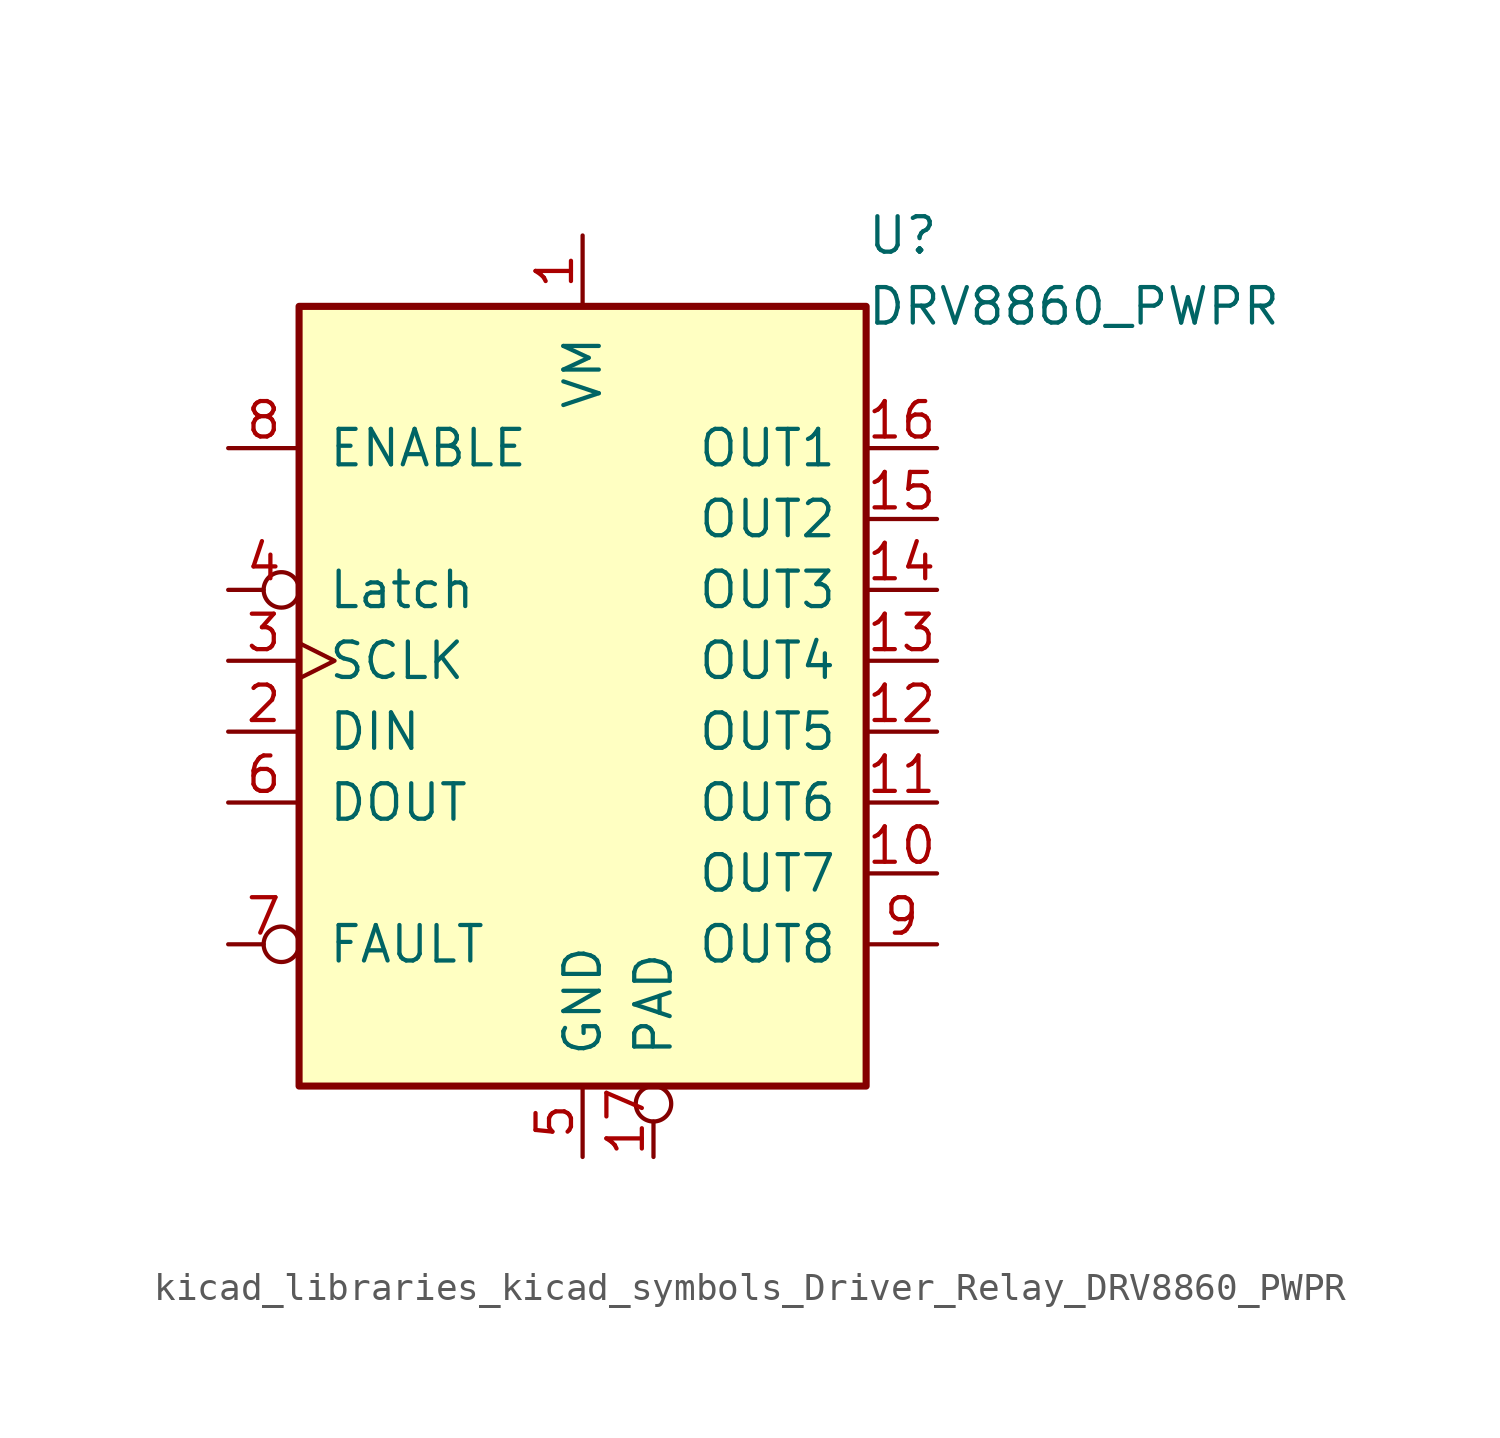
<source format=kicad_sym>
(kicad_symbol_lib
  (version 20220914)
  (generator kicad_symbol_editor)
  (symbol "kicad_libraries_kicad_symbols_Driver_Relay_DRV8860_PWPR"
    (pin_names
      (offset 1.016))
    (property "Reference" "U"
      (at 10.16 17.78 0)
      (effects (font (size 1.27 1.27)) (justify left)))
    (property "Value" "DRV8860_PWPR"
      (at 10.16 15.24 0)
      (effects (font (size 1.27 1.27)) (justify left)))
    (symbol "kicad_libraries_kicad_symbols_Driver_Relay_DRV8860_PWPR_0_1"
      (rectangle (start -10.16 15.24) (end 10.16 -12.7) (stroke (width 0.254) (type default)) (fill (type background))))
    (symbol "kicad_libraries_kicad_symbols_Driver_Relay_DRV8860_PWPR_1_1"
      (pin power_in line (at 0 17.78 270) (length 2.54) (name "VM" (effects (font (size 1.27 1.27)))) (number "1" (effects (font (size 1.27 1.27)))))
      (pin output line (at 12.7 -5.08 180) (length 2.54) (name "OUT7" (effects (font (size 1.27 1.27)))) (number "10" (effects (font (size 1.27 1.27)))))
      (pin output line (at 12.7 -2.54 180) (length 2.54) (name "OUT6" (effects (font (size 1.27 1.27)))) (number "11" (effects (font (size 1.27 1.27)))))
      (pin output line (at 12.7 0 180) (length 2.54) (name "OUT5" (effects (font (size 1.27 1.27)))) (number "12" (effects (font (size 1.27 1.27)))))
      (pin output line (at 12.7 2.54 180) (length 2.54) (name "OUT4" (effects (font (size 1.27 1.27)))) (number "13" (effects (font (size 1.27 1.27)))))
      (pin output line (at 12.7 5.08 180) (length 2.54) (name "OUT3" (effects (font (size 1.27 1.27)))) (number "14" (effects (font (size 1.27 1.27)))))
      (pin output line (at 12.7 7.62 180) (length 2.54) (name "OUT2" (effects (font (size 1.27 1.27)))) (number "15" (effects (font (size 1.27 1.27)))))
      (pin output line (at 12.7 10.16 180) (length 2.54) (name "OUT1" (effects (font (size 1.27 1.27)))) (number "16" (effects (font (size 1.27 1.27)))))
      (pin power_in inverted (at 2.54 -15.24 90) (length 2.54) (name "PAD" (effects (font (size 1.27 1.27)))) (number "17" (effects (font (size 1.27 1.27)))))
      (pin input line (at -12.7 0 0) (length 2.54) (name "DIN" (effects (font (size 1.27 1.27)))) (number "2" (effects (font (size 1.27 1.27)))))
      (pin input clock (at -12.7 2.54 0) (length 2.54) (name "SCLK" (effects (font (size 1.27 1.27)))) (number "3" (effects (font (size 1.27 1.27)))))
      (pin input inverted (at -12.7 5.08 0) (length 2.54) (name "Latch" (effects (font (size 1.27 1.27)))) (number "4" (effects (font (size 1.27 1.27)))))
      (pin power_in line (at 0 -15.24 90) (length 2.54) (name "GND" (effects (font (size 1.27 1.27)))) (number "5" (effects (font (size 1.27 1.27)))))
      (pin output line (at -12.7 -2.54 0) (length 2.54) (name "DOUT" (effects (font (size 1.27 1.27)))) (number "6" (effects (font (size 1.27 1.27)))))
      (pin open_collector inverted (at -12.7 -7.62 0) (length 2.54) (name "FAULT" (effects (font (size 1.27 1.27)))) (number "7" (effects (font (size 1.27 1.27)))))
      (pin input line (at -12.7 10.16 0) (length 2.54) (name "ENABLE" (effects (font (size 1.27 1.27)))) (number "8" (effects (font (size 1.27 1.27)))))
      (pin output line (at 12.7 -7.62 180) (length 2.54) (name "OUT8" (effects (font (size 1.27 1.27)))) (number "9" (effects (font (size 1.27 1.27))))))))
</source>
